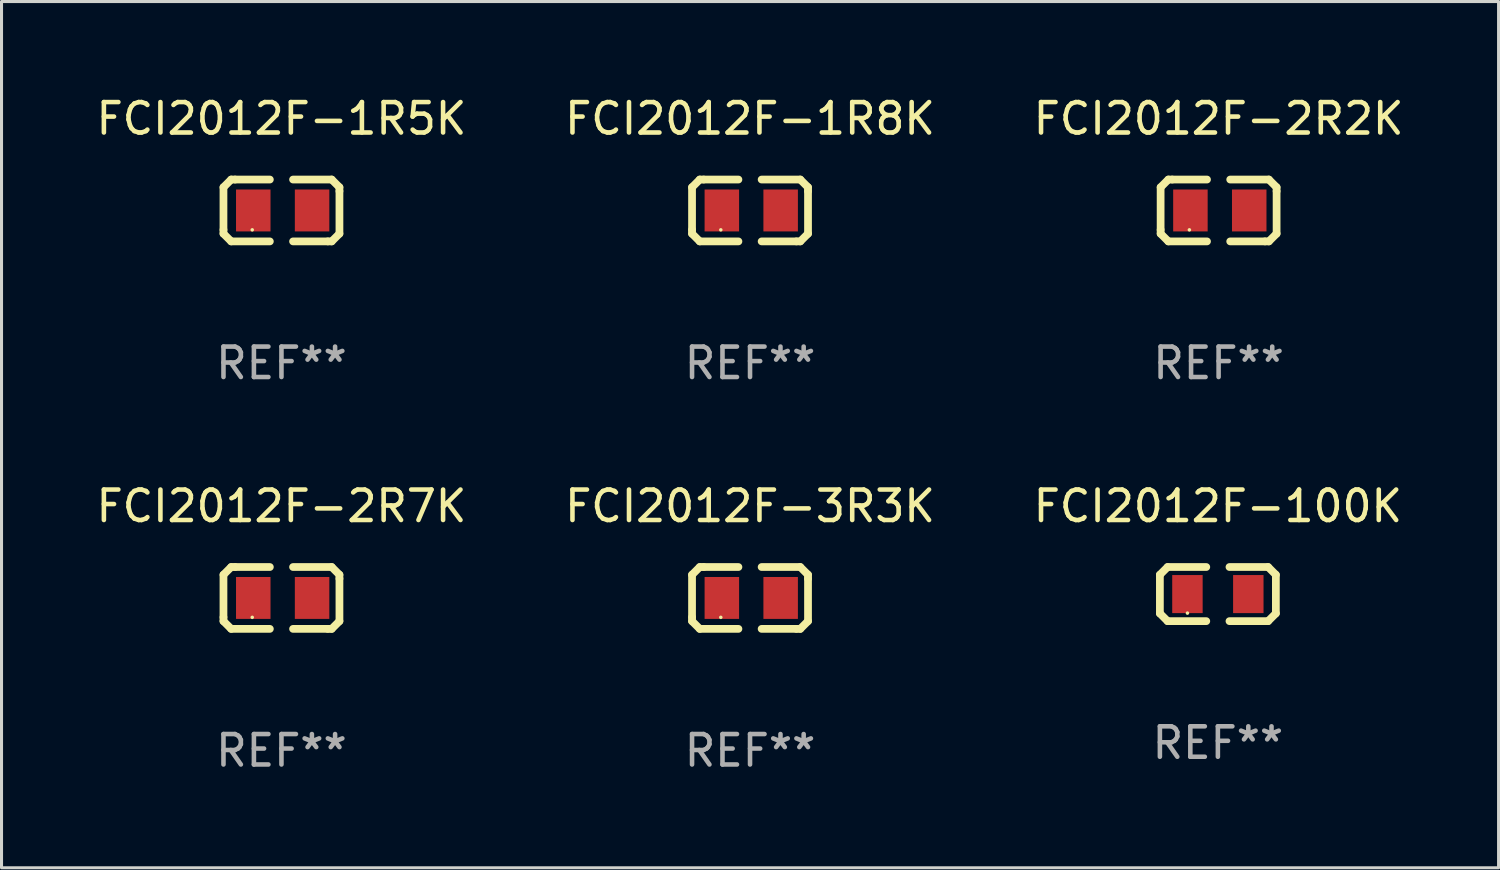
<source format=kicad_pcb>
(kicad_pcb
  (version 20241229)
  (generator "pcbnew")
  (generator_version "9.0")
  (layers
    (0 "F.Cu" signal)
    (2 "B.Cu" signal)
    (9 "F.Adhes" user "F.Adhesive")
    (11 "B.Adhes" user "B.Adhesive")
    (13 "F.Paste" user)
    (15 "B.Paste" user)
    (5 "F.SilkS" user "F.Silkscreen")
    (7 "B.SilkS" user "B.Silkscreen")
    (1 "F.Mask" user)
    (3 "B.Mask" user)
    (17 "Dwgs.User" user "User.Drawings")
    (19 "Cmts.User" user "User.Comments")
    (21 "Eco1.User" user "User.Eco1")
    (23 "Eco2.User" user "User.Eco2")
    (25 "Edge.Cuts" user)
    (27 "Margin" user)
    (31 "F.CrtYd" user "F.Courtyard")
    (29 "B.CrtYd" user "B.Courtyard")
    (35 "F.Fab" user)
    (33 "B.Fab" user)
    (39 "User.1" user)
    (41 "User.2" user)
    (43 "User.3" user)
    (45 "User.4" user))
  (footprint "FCI2012F-100K"
    (layer "F.Cu")
    (at 36.958 16.466)
    (property "Reference" "FCI2012F-100K" (at 0 -2.889 0) (layer "F.SilkS") (effects (font (size 1 1) (thickness 0.15))))
    (attr through_hole)
    (fp_line (start -1.905 -0.635) (end -1.651 -0.889) (stroke (width 0.254) (type solid)) (layer "F.SilkS"))
    (fp_line (start -1.905 0.635) (end -1.905 -0.635) (stroke (width 0.254) (type solid)) (layer "F.SilkS"))
    (fp_line (start -1.651 -0.889) (end -0.381 -0.889) (stroke (width 0.254) (type solid)) (layer "F.SilkS"))
    (fp_line (start -1.651 0.889) (end -1.905 0.635) (stroke (width 0.254) (type solid)) (layer "F.SilkS"))
    (fp_line (start -0.381 0.889) (end -1.651 0.889) (stroke (width 0.254) (type solid)) (layer "F.SilkS"))
    (fp_line (start 0.381 -0.889) (end 1.651 -0.889) (stroke (width 0.254) (type solid)) (layer "F.SilkS"))
    (fp_line (start 1.651 -0.889) (end 1.905 -0.635) (stroke (width 0.254) (type solid)) (layer "F.SilkS"))
    (fp_line (start 1.651 0.889) (end 0.381 0.889) (stroke (width 0.254) (type solid)) (layer "F.SilkS"))
    (fp_line (start 1.905 -0.635) (end 1.905 0.635) (stroke (width 0.254) (type solid)) (layer "F.SilkS"))
    (fp_line (start 1.905 0.635) (end 1.651 0.889) (stroke (width 0.254) (type solid)) (layer "F.SilkS"))
    (fp_circle (center -1 0.625) (end -0.97 0.625) (stroke (width 0.06) (type solid)) (fill no) (layer "F.SilkS"))
    (fp_text user "REF**" (at 0 4.889 0) (layer "F.Fab") (effects (font (size 1 1) (thickness 0.15))))
    (pad "1" smd rect (at -1 0 180) (size 1 1.25) (layers "F.Cu" "F.Mask" "F.Paste"))
    (pad "2" smd rect (at 1 0) (size 1 1.25) (layers "F.Cu" "F.Mask" "F.Paste")))
  (footprint "FCI2012F-1R5K"
    (layer "F.Cu")
    (at 6.196 3.864)
    (property "Reference" "FCI2012F-1R5K" (at 0 -3.016 0) (layer "F.SilkS") (effects (font (size 1 1) (thickness 0.15))))
    (attr through_hole)
    (fp_line (start -1.905 -0.762) (end -1.905 0.635) (stroke (width 0.254) (type solid)) (layer "F.SilkS"))
    (fp_line (start -1.905 0.635) (end -1.905 0.762) (stroke (width 0.254) (type solid)) (layer "F.SilkS"))
    (fp_line (start -1.905 0.762) (end -1.651 1.016) (stroke (width 0.254) (type solid)) (layer "F.SilkS"))
    (fp_line (start -1.651 -1.016) (end -1.905 -0.762) (stroke (width 0.254) (type solid)) (layer "F.SilkS"))
    (fp_line (start -1.651 1.016) (end -0.381 1.016) (stroke (width 0.254) (type solid)) (layer "F.SilkS"))
    (fp_line (start -1.524 -1.016) (end -1.651 -1.016) (stroke (width 0.254) (type solid)) (layer "F.SilkS"))
    (fp_line (start -0.381 -1.016) (end -1.524 -1.016) (stroke (width 0.254) (type solid)) (layer "F.SilkS"))
    (fp_line (start 0.381 1.016) (end 1.524 1.016) (stroke (width 0.254) (type solid)) (layer "F.SilkS"))
    (fp_line (start 1.524 1.016) (end 1.651 1.016) (stroke (width 0.254) (type solid)) (layer "F.SilkS"))
    (fp_line (start 1.651 -1.016) (end 0.381 -1.016) (stroke (width 0.254) (type solid)) (layer "F.SilkS"))
    (fp_line (start 1.651 1.016) (end 1.905 0.762) (stroke (width 0.254) (type solid)) (layer "F.SilkS"))
    (fp_line (start 1.905 -0.762) (end 1.651 -1.016) (stroke (width 0.254) (type solid)) (layer "F.SilkS"))
    (fp_line (start 1.905 -0.635) (end 1.905 -0.762) (stroke (width 0.254) (type solid)) (layer "F.SilkS"))
    (fp_line (start 1.905 0.762) (end 1.905 -0.635) (stroke (width 0.254) (type solid)) (layer "F.SilkS"))
    (fp_circle (center -0.96 0.637) (end -0.93 0.637) (stroke (width 0.06) (type solid)) (fill no) (layer "F.SilkS"))
    (fp_text user "REF**" (at 0 5.016 0) (layer "F.Fab") (effects (font (size 1 1) (thickness 0.15))))
    (pad "1" smd rect (at -0.926 -0.000051) (size 1.133 1.377) (layers "F.Cu" "F.Mask" "F.Paste"))
    (pad "2" smd rect (at 1.006 -0.000051) (size 1.133 1.377) (layers "F.Cu" "F.Mask" "F.Paste")))
  (footprint "FCI2012F-1R8K"
    (layer "F.Cu")
    (at 21.589 3.864)
    (property "Reference" "FCI2012F-1R8K" (at 0 -3.016 0) (layer "F.SilkS") (effects (font (size 1 1) (thickness 0.15))))
    (attr through_hole)
    (fp_line (start -1.905 -0.762) (end -1.905 0.635) (stroke (width 0.254) (type solid)) (layer "F.SilkS"))
    (fp_line (start -1.905 0.635) (end -1.905 0.762) (stroke (width 0.254) (type solid)) (layer "F.SilkS"))
    (fp_line (start -1.905 0.762) (end -1.651 1.016) (stroke (width 0.254) (type solid)) (layer "F.SilkS"))
    (fp_line (start -1.651 -1.016) (end -1.905 -0.762) (stroke (width 0.254) (type solid)) (layer "F.SilkS"))
    (fp_line (start -1.651 1.016) (end -0.381 1.016) (stroke (width 0.254) (type solid)) (layer "F.SilkS"))
    (fp_line (start -1.524 -1.016) (end -1.651 -1.016) (stroke (width 0.254) (type solid)) (layer "F.SilkS"))
    (fp_line (start -0.381 -1.016) (end -1.524 -1.016) (stroke (width 0.254) (type solid)) (layer "F.SilkS"))
    (fp_line (start 0.381 1.016) (end 1.524 1.016) (stroke (width 0.254) (type solid)) (layer "F.SilkS"))
    (fp_line (start 1.524 1.016) (end 1.651 1.016) (stroke (width 0.254) (type solid)) (layer "F.SilkS"))
    (fp_line (start 1.651 -1.016) (end 0.381 -1.016) (stroke (width 0.254) (type solid)) (layer "F.SilkS"))
    (fp_line (start 1.651 1.016) (end 1.905 0.762) (stroke (width 0.254) (type solid)) (layer "F.SilkS"))
    (fp_line (start 1.905 -0.762) (end 1.651 -1.016) (stroke (width 0.254) (type solid)) (layer "F.SilkS"))
    (fp_line (start 1.905 -0.635) (end 1.905 -0.762) (stroke (width 0.254) (type solid)) (layer "F.SilkS"))
    (fp_line (start 1.905 0.762) (end 1.905 -0.635) (stroke (width 0.254) (type solid)) (layer "F.SilkS"))
    (fp_circle (center -0.96 0.637) (end -0.93 0.637) (stroke (width 0.06) (type solid)) (fill no) (layer "F.SilkS"))
    (fp_text user "REF**" (at 0 5.016 0) (layer "F.Fab") (effects (font (size 1 1) (thickness 0.15))))
    (pad "1" smd rect (at -0.926 -0.000051) (size 1.133 1.377) (layers "F.Cu" "F.Mask" "F.Paste"))
    (pad "2" smd rect (at 1.006 -0.000051) (size 1.133 1.377) (layers "F.Cu" "F.Mask" "F.Paste")))
  (footprint "FCI2012F-3R3K"
    (layer "F.Cu")
    (at 21.589 16.593)
    (property "Reference" "FCI2012F-3R3K" (at 0 -3.016 0) (layer "F.SilkS") (effects (font (size 1 1) (thickness 0.15))))
    (attr through_hole)
    (fp_line (start -1.905 -0.762) (end -1.905 0.635) (stroke (width 0.254) (type solid)) (layer "F.SilkS"))
    (fp_line (start -1.905 0.635) (end -1.905 0.762) (stroke (width 0.254) (type solid)) (layer "F.SilkS"))
    (fp_line (start -1.905 0.762) (end -1.651 1.016) (stroke (width 0.254) (type solid)) (layer "F.SilkS"))
    (fp_line (start -1.651 -1.016) (end -1.905 -0.762) (stroke (width 0.254) (type solid)) (layer "F.SilkS"))
    (fp_line (start -1.651 1.016) (end -0.381 1.016) (stroke (width 0.254) (type solid)) (layer "F.SilkS"))
    (fp_line (start -1.524 -1.016) (end -1.651 -1.016) (stroke (width 0.254) (type solid)) (layer "F.SilkS"))
    (fp_line (start -0.381 -1.016) (end -1.524 -1.016) (stroke (width 0.254) (type solid)) (layer "F.SilkS"))
    (fp_line (start 0.381 1.016) (end 1.524 1.016) (stroke (width 0.254) (type solid)) (layer "F.SilkS"))
    (fp_line (start 1.524 1.016) (end 1.651 1.016) (stroke (width 0.254) (type solid)) (layer "F.SilkS"))
    (fp_line (start 1.651 -1.016) (end 0.381 -1.016) (stroke (width 0.254) (type solid)) (layer "F.SilkS"))
    (fp_line (start 1.651 1.016) (end 1.905 0.762) (stroke (width 0.254) (type solid)) (layer "F.SilkS"))
    (fp_line (start 1.905 -0.762) (end 1.651 -1.016) (stroke (width 0.254) (type solid)) (layer "F.SilkS"))
    (fp_line (start 1.905 -0.635) (end 1.905 -0.762) (stroke (width 0.254) (type solid)) (layer "F.SilkS"))
    (fp_line (start 1.905 0.762) (end 1.905 -0.635) (stroke (width 0.254) (type solid)) (layer "F.SilkS"))
    (fp_circle (center -0.96 0.637) (end -0.93 0.637) (stroke (width 0.06) (type solid)) (fill no) (layer "F.SilkS"))
    (fp_text user "REF**" (at 0 5.016 0) (layer "F.Fab") (effects (font (size 1 1) (thickness 0.15))))
    (pad "1" smd rect (at -0.926 -0.000051) (size 1.133 1.377) (layers "F.Cu" "F.Mask" "F.Paste"))
    (pad "2" smd rect (at 1.006 -0.000051) (size 1.133 1.377) (layers "F.Cu" "F.Mask" "F.Paste")))
  (footprint "FCI2012F-2R2K"
    (layer "F.Cu")
    (at 36.982 3.864)
    (property "Reference" "FCI2012F-2R2K" (at 0 -3.016 0) (layer "F.SilkS") (effects (font (size 1 1) (thickness 0.15))))
    (attr through_hole)
    (fp_line (start -1.905 -0.762) (end -1.905 0.635) (stroke (width 0.254) (type solid)) (layer "F.SilkS"))
    (fp_line (start -1.905 0.635) (end -1.905 0.762) (stroke (width 0.254) (type solid)) (layer "F.SilkS"))
    (fp_line (start -1.905 0.762) (end -1.651 1.016) (stroke (width 0.254) (type solid)) (layer "F.SilkS"))
    (fp_line (start -1.651 -1.016) (end -1.905 -0.762) (stroke (width 0.254) (type solid)) (layer "F.SilkS"))
    (fp_line (start -1.651 1.016) (end -0.381 1.016) (stroke (width 0.254) (type solid)) (layer "F.SilkS"))
    (fp_line (start -1.524 -1.016) (end -1.651 -1.016) (stroke (width 0.254) (type solid)) (layer "F.SilkS"))
    (fp_line (start -0.381 -1.016) (end -1.524 -1.016) (stroke (width 0.254) (type solid)) (layer "F.SilkS"))
    (fp_line (start 0.381 1.016) (end 1.524 1.016) (stroke (width 0.254) (type solid)) (layer "F.SilkS"))
    (fp_line (start 1.524 1.016) (end 1.651 1.016) (stroke (width 0.254) (type solid)) (layer "F.SilkS"))
    (fp_line (start 1.651 -1.016) (end 0.381 -1.016) (stroke (width 0.254) (type solid)) (layer "F.SilkS"))
    (fp_line (start 1.651 1.016) (end 1.905 0.762) (stroke (width 0.254) (type solid)) (layer "F.SilkS"))
    (fp_line (start 1.905 -0.762) (end 1.651 -1.016) (stroke (width 0.254) (type solid)) (layer "F.SilkS"))
    (fp_line (start 1.905 -0.635) (end 1.905 -0.762) (stroke (width 0.254) (type solid)) (layer "F.SilkS"))
    (fp_line (start 1.905 0.762) (end 1.905 -0.635) (stroke (width 0.254) (type solid)) (layer "F.SilkS"))
    (fp_circle (center -0.96 0.637) (end -0.93 0.637) (stroke (width 0.06) (type solid)) (fill no) (layer "F.SilkS"))
    (fp_text user "REF**" (at 0 5.016 0) (layer "F.Fab") (effects (font (size 1 1) (thickness 0.15))))
    (pad "1" smd rect (at -0.926 -0.000051) (size 1.133 1.377) (layers "F.Cu" "F.Mask" "F.Paste"))
    (pad "2" smd rect (at 1.006 -0.000051) (size 1.133 1.377) (layers "F.Cu" "F.Mask" "F.Paste")))
  (footprint "FCI2012F-2R7K"
    (layer "F.Cu")
    (at 6.196 16.593)
    (property "Reference" "FCI2012F-2R7K" (at 0 -3.016 0) (layer "F.SilkS") (effects (font (size 1 1) (thickness 0.15))))
    (attr through_hole)
    (fp_line (start -1.905 -0.762) (end -1.905 0.635) (stroke (width 0.254) (type solid)) (layer "F.SilkS"))
    (fp_line (start -1.905 0.635) (end -1.905 0.762) (stroke (width 0.254) (type solid)) (layer "F.SilkS"))
    (fp_line (start -1.905 0.762) (end -1.651 1.016) (stroke (width 0.254) (type solid)) (layer "F.SilkS"))
    (fp_line (start -1.651 -1.016) (end -1.905 -0.762) (stroke (width 0.254) (type solid)) (layer "F.SilkS"))
    (fp_line (start -1.651 1.016) (end -0.381 1.016) (stroke (width 0.254) (type solid)) (layer "F.SilkS"))
    (fp_line (start -1.524 -1.016) (end -1.651 -1.016) (stroke (width 0.254) (type solid)) (layer "F.SilkS"))
    (fp_line (start -0.381 -1.016) (end -1.524 -1.016) (stroke (width 0.254) (type solid)) (layer "F.SilkS"))
    (fp_line (start 0.381 1.016) (end 1.524 1.016) (stroke (width 0.254) (type solid)) (layer "F.SilkS"))
    (fp_line (start 1.524 1.016) (end 1.651 1.016) (stroke (width 0.254) (type solid)) (layer "F.SilkS"))
    (fp_line (start 1.651 -1.016) (end 0.381 -1.016) (stroke (width 0.254) (type solid)) (layer "F.SilkS"))
    (fp_line (start 1.651 1.016) (end 1.905 0.762) (stroke (width 0.254) (type solid)) (layer "F.SilkS"))
    (fp_line (start 1.905 -0.762) (end 1.651 -1.016) (stroke (width 0.254) (type solid)) (layer "F.SilkS"))
    (fp_line (start 1.905 -0.635) (end 1.905 -0.762) (stroke (width 0.254) (type solid)) (layer "F.SilkS"))
    (fp_line (start 1.905 0.762) (end 1.905 -0.635) (stroke (width 0.254) (type solid)) (layer "F.SilkS"))
    (fp_circle (center -0.96 0.637) (end -0.93 0.637) (stroke (width 0.06) (type solid)) (fill no) (layer "F.SilkS"))
    (fp_text user "REF**" (at 0 5.016 0) (layer "F.Fab") (effects (font (size 1 1) (thickness 0.15))))
    (pad "1" smd rect (at -0.926 -0.000051) (size 1.133 1.377) (layers "F.Cu" "F.Mask" "F.Paste"))
    (pad "2" smd rect (at 1.006 -0.000051) (size 1.133 1.377) (layers "F.Cu" "F.Mask" "F.Paste")))
  (gr_rect
    (start -3 -3)
    (end 46.179 25.457)
    (stroke (width 0.1) (type default))
    (fill no)
    (layer "Edge.Cuts")))
</source>
